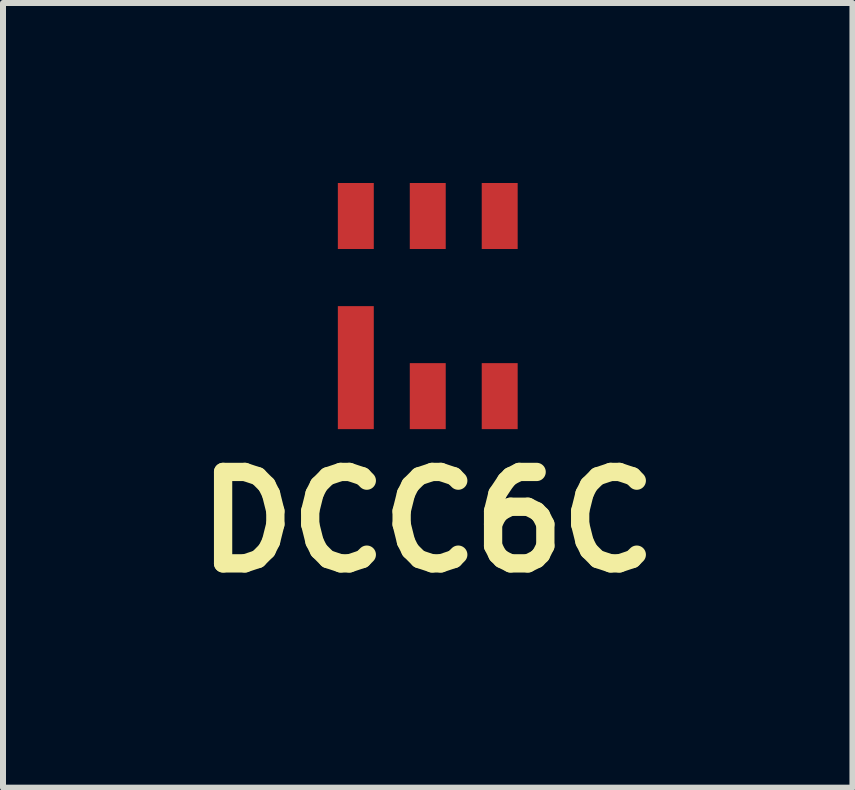
<source format=kicad_pcb>
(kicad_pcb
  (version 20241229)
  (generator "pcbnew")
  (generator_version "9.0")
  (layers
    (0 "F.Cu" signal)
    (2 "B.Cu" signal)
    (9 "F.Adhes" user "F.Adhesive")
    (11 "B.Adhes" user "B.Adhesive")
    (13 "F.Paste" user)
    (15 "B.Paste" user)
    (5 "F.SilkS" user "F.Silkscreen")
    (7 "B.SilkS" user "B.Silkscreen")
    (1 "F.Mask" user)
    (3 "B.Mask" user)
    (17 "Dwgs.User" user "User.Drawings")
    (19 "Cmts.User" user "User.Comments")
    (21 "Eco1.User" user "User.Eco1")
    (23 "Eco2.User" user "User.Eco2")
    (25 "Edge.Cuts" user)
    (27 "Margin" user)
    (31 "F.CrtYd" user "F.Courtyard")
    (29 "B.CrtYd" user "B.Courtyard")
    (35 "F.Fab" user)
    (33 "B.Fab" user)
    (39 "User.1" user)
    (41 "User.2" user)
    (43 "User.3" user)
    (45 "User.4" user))
  (footprint "DCC6C"
    (layer "F.Cu")
    (at 4.079 2.051)
    (property "Reference" "DCC6C" (at 0 3.599 0) (layer "F.SilkS") (effects (font (size 1.524 1.524) (thickness 0.305))))
    (attr smd)
    (pad "1" smd rect (at -1.199 1.026) (size 0.599 2.05) (layers "F.Cu" "F.Mask" "F.Paste"))
    (pad "2" smd rect (at 0 1.501) (size 0.599 1.1) (layers "F.Cu" "F.Mask" "F.Paste"))
    (pad "3" smd rect (at 1.199 1.501) (size 0.599 1.1) (layers "F.Cu" "F.Mask" "F.Paste"))
    (pad "4" smd rect (at 1.199 -1.501) (size 0.599 1.1) (layers "F.Cu" "F.Mask" "F.Paste"))
    (pad "5" smd rect (at 0 -1.501) (size 0.599 1.1) (layers "F.Cu" "F.Mask" "F.Paste"))
    (pad "6" smd rect (at -1.199 -1.501) (size 0.599 1.1) (layers "F.Cu" "F.Mask" "F.Paste")))
  (gr_rect
    (start -3 -3)
    (end 11.157 10.077)
    (stroke (width 0.1) (type default))
    (fill no)
    (layer "Edge.Cuts")))
</source>
